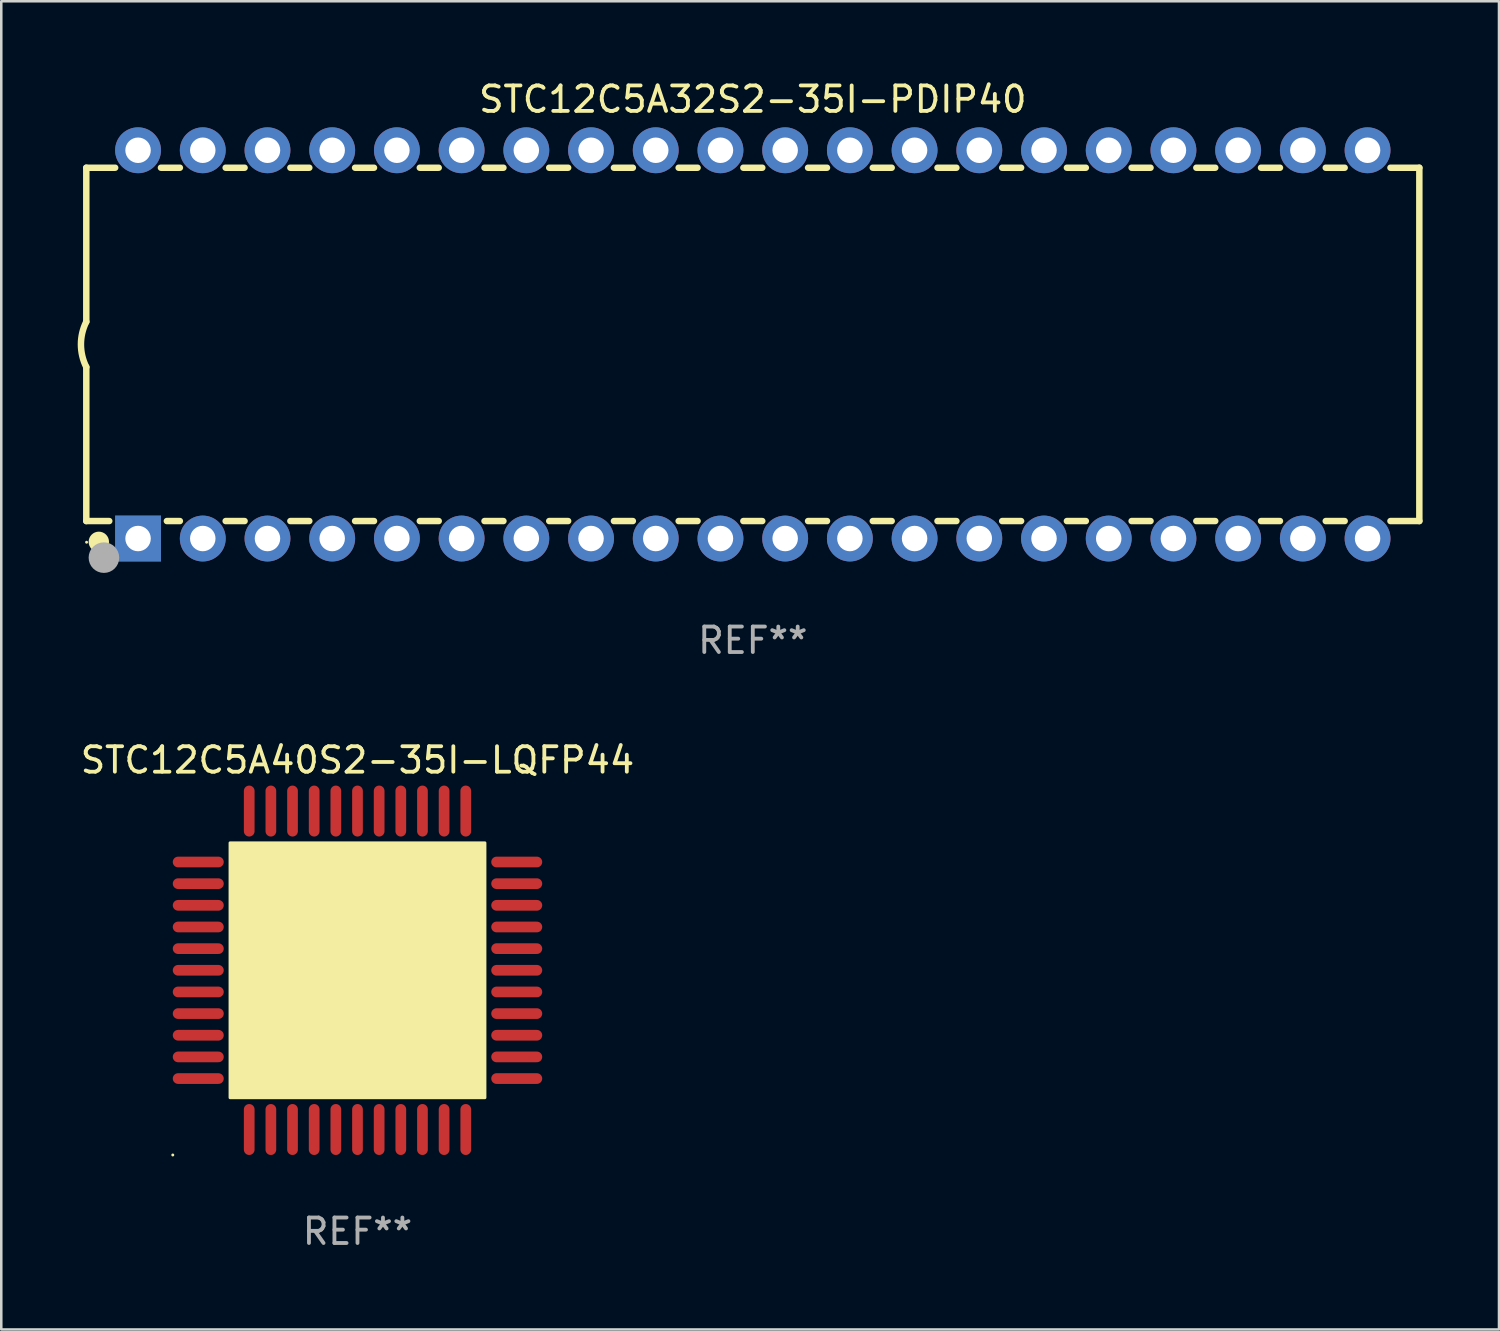
<source format=kicad_pcb>
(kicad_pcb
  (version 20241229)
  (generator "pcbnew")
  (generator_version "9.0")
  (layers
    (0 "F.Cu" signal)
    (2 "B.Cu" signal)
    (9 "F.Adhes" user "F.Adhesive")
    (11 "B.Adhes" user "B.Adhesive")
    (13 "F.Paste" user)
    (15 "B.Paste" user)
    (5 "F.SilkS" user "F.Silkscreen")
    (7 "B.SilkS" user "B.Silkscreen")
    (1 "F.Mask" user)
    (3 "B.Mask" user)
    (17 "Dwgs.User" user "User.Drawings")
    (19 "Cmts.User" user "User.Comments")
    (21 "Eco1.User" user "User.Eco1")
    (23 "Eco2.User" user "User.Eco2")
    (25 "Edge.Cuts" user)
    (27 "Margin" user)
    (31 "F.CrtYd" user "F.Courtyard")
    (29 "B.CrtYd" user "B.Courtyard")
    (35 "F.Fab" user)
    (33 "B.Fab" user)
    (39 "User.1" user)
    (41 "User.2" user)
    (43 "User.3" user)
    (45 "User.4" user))
  (footprint "STC12C5A40S2-35I-LQFP44"
    (layer "F.Cu")
    (at 10.982 35.035)
    (property "Reference" "STC12C5A40S2-35I-LQFP44" (at 0 -8.25 0) (layer "F.SilkS") (effects (font (size 1 1) (thickness 0.15))))
    (attr through_hole)
    (fp_arc (start -3.449327 3.149606) (mid -3.446787 3.149595) (end -3.444247 3.149606) (stroke (width 0.6) (type solid)) (layer "F.SilkS"))
    (fp_circle (center -7.25 7.25) (end -7.22 7.25) (stroke (width 0.06) (type solid)) (fill no) (layer "F.SilkS"))
    (fp_poly (pts (xy -5 -5) (xy 5 -5) (xy 5 5) (xy -5 5)) (stroke (width 0.12) (type solid)) (fill yes) (layer "F.SilkS"))
    (fp_text user "REF**" (at 0 10.25 0) (layer "F.Fab") (effects (font (size 1 1) (thickness 0.15))))
    (pad "1" smd oval (at -4.25 6.25) (size 0.42 2) (layers "F.Cu" "F.Mask" "F.Paste"))
    (pad "2" smd oval (at -3.4 6.25) (size 0.42 2) (layers "F.Cu" "F.Mask" "F.Paste"))
    (pad "3" smd oval (at -2.55 6.25) (size 0.42 2) (layers "F.Cu" "F.Mask" "F.Paste"))
    (pad "4" smd oval (at -1.7 6.25) (size 0.42 2) (layers "F.Cu" "F.Mask" "F.Paste"))
    (pad "5" smd oval (at -0.85 6.25) (size 0.42 2) (layers "F.Cu" "F.Mask" "F.Paste"))
    (pad "6" smd oval (at 0 6.25) (size 0.42 2) (layers "F.Cu" "F.Mask" "F.Paste"))
    (pad "7" smd oval (at 0.85 6.25) (size 0.42 2) (layers "F.Cu" "F.Mask" "F.Paste"))
    (pad "8" smd oval (at 1.7 6.25) (size 0.42 2) (layers "F.Cu" "F.Mask" "F.Paste"))
    (pad "9" smd oval (at 2.55 6.25) (size 0.42 2) (layers "F.Cu" "F.Mask" "F.Paste"))
    (pad "10" smd oval (at 3.4 6.25) (size 0.42 2) (layers "F.Cu" "F.Mask" "F.Paste"))
    (pad "11" smd oval (at 4.25 6.25) (size 0.42 2) (layers "F.Cu" "F.Mask" "F.Paste"))
    (pad "12" smd oval (at 6.25 4.25 270) (size 0.42 2) (layers "F.Cu" "F.Mask" "F.Paste"))
    (pad "13" smd oval (at 6.25 3.4 270) (size 0.42 2) (layers "F.Cu" "F.Mask" "F.Paste"))
    (pad "14" smd oval (at 6.25 2.55 270) (size 0.42 2) (layers "F.Cu" "F.Mask" "F.Paste"))
    (pad "15" smd oval (at 6.25 1.7 270) (size 0.42 2) (layers "F.Cu" "F.Mask" "F.Paste"))
    (pad "16" smd oval (at 6.25 0.85 270) (size 0.42 2) (layers "F.Cu" "F.Mask" "F.Paste"))
    (pad "17" smd oval (at 6.25 0 270) (size 0.42 2) (layers "F.Cu" "F.Mask" "F.Paste"))
    (pad "18" smd oval (at 6.25 -0.85 270) (size 0.42 2) (layers "F.Cu" "F.Mask" "F.Paste"))
    (pad "19" smd oval (at 6.25 -1.7 270) (size 0.42 2) (layers "F.Cu" "F.Mask" "F.Paste"))
    (pad "20" smd oval (at 6.25 -2.55 270) (size 0.42 2) (layers "F.Cu" "F.Mask" "F.Paste"))
    (pad "21" smd oval (at 6.25 -3.4 270) (size 0.42 2) (layers "F.Cu" "F.Mask" "F.Paste"))
    (pad "22" smd oval (at 6.25 -4.25 270) (size 0.42 2) (layers "F.Cu" "F.Mask" "F.Paste"))
    (pad "23" smd oval (at 4.25 -6.25) (size 0.42 2) (layers "F.Cu" "F.Mask" "F.Paste"))
    (pad "24" smd oval (at 3.4 -6.25) (size 0.42 2) (layers "F.Cu" "F.Mask" "F.Paste"))
    (pad "25" smd oval (at 2.55 -6.25) (size 0.42 2) (layers "F.Cu" "F.Mask" "F.Paste"))
    (pad "26" smd oval (at 1.7 -6.25) (size 0.42 2) (layers "F.Cu" "F.Mask" "F.Paste"))
    (pad "27" smd oval (at 0.85 -6.25) (size 0.42 2) (layers "F.Cu" "F.Mask" "F.Paste"))
    (pad "28" smd oval (at 0 -6.25) (size 0.42 2) (layers "F.Cu" "F.Mask" "F.Paste"))
    (pad "29" smd oval (at -0.85 -6.25) (size 0.42 2) (layers "F.Cu" "F.Mask" "F.Paste"))
    (pad "30" smd oval (at -1.7 -6.25) (size 0.42 2) (layers "F.Cu" "F.Mask" "F.Paste"))
    (pad "31" smd oval (at -2.55 -6.25) (size 0.42 2) (layers "F.Cu" "F.Mask" "F.Paste"))
    (pad "32" smd oval (at -3.4 -6.25) (size 0.42 2) (layers "F.Cu" "F.Mask" "F.Paste"))
    (pad "33" smd oval (at -4.25 -6.25) (size 0.42 2) (layers "F.Cu" "F.Mask" "F.Paste"))
    (pad "34" smd oval (at -6.25 -4.25 270) (size 0.42 2) (layers "F.Cu" "F.Mask" "F.Paste"))
    (pad "35" smd oval (at -6.25 -3.4 270) (size 0.42 2) (layers "F.Cu" "F.Mask" "F.Paste"))
    (pad "36" smd oval (at -6.25 -2.55 270) (size 0.42 2) (layers "F.Cu" "F.Mask" "F.Paste"))
    (pad "37" smd oval (at -6.25 -1.7 270) (size 0.42 2) (layers "F.Cu" "F.Mask" "F.Paste"))
    (pad "38" smd oval (at -6.25 -0.85 270) (size 0.42 2) (layers "F.Cu" "F.Mask" "F.Paste"))
    (pad "39" smd oval (at -6.25 0 270) (size 0.42 2) (layers "F.Cu" "F.Mask" "F.Paste"))
    (pad "40" smd oval (at -6.25 0.85 270) (size 0.42 2) (layers "F.Cu" "F.Mask" "F.Paste"))
    (pad "41" smd oval (at -6.25 1.7 270) (size 0.42 2) (layers "F.Cu" "F.Mask" "F.Paste"))
    (pad "42" smd oval (at -6.25 2.55 270) (size 0.42 2) (layers "F.Cu" "F.Mask" "F.Paste"))
    (pad "43" smd oval (at -6.25 3.4 270) (size 0.42 2) (layers "F.Cu" "F.Mask" "F.Paste"))
    (pad "44" smd oval (at -6.25 4.25 270) (size 0.42 2) (layers "F.Cu" "F.Mask" "F.Paste")))
  (footprint "STC12C5A32S2-35I-PDIP40"
    (layer "F.Cu")
    (at 26.499 10.468)
    (property "Reference" "STC12C5A32S2-35I-PDIP40" (at 0 -9.62 0) (layer "F.SilkS") (effects (font (size 1 1) (thickness 0.15))))
    (attr through_hole)
    (fp_line (start -26.162 -6.934) (end -26.162 -0.889) (stroke (width 0.254) (type solid)) (layer "F.SilkS"))
    (fp_line (start -26.162 -6.934) (end -25.029 -6.934) (stroke (width 0.254) (type solid)) (layer "F.SilkS"))
    (fp_line (start -26.162 6.934) (end -26.162 0.889) (stroke (width 0.254) (type solid)) (layer "F.SilkS"))
    (fp_line (start -26.162 6.934) (end -25.261 6.934) (stroke (width 0.254) (type solid)) (layer "F.SilkS"))
    (fp_line (start -23.231 -6.934) (end -22.489 -6.934) (stroke (width 0.254) (type solid)) (layer "F.SilkS"))
    (fp_line (start -22.999 6.934) (end -22.489 6.934) (stroke (width 0.254) (type solid)) (layer "F.SilkS"))
    (fp_line (start -20.691 -6.934) (end -19.949 -6.934) (stroke (width 0.254) (type solid)) (layer "F.SilkS"))
    (fp_line (start -20.691 6.934) (end -19.949 6.934) (stroke (width 0.254) (type solid)) (layer "F.SilkS"))
    (fp_line (start -18.151 -6.934) (end -17.409 -6.934) (stroke (width 0.254) (type solid)) (layer "F.SilkS"))
    (fp_line (start -18.151 6.934) (end -17.409 6.934) (stroke (width 0.254) (type solid)) (layer "F.SilkS"))
    (fp_line (start -15.611 -6.934) (end -14.869 -6.934) (stroke (width 0.254) (type solid)) (layer "F.SilkS"))
    (fp_line (start -15.611 6.934) (end -14.869 6.934) (stroke (width 0.254) (type solid)) (layer "F.SilkS"))
    (fp_line (start -13.071 -6.934) (end -12.329 -6.934) (stroke (width 0.254) (type solid)) (layer "F.SilkS"))
    (fp_line (start -13.071 6.934) (end -12.329 6.934) (stroke (width 0.254) (type solid)) (layer "F.SilkS"))
    (fp_line (start -10.531 -6.934) (end -9.789 -6.934) (stroke (width 0.254) (type solid)) (layer "F.SilkS"))
    (fp_line (start -10.531 6.934) (end -9.789 6.934) (stroke (width 0.254) (type solid)) (layer "F.SilkS"))
    (fp_line (start -7.991 -6.934) (end -7.249 -6.934) (stroke (width 0.254) (type solid)) (layer "F.SilkS"))
    (fp_line (start -7.991 6.934) (end -7.249 6.934) (stroke (width 0.254) (type solid)) (layer "F.SilkS"))
    (fp_line (start -5.451 -6.934) (end -4.709 -6.934) (stroke (width 0.254) (type solid)) (layer "F.SilkS"))
    (fp_line (start -5.451 6.934) (end -4.709 6.934) (stroke (width 0.254) (type solid)) (layer "F.SilkS"))
    (fp_line (start -2.911 -6.934) (end -2.169 -6.934) (stroke (width 0.254) (type solid)) (layer "F.SilkS"))
    (fp_line (start -2.911 6.934) (end -2.169 6.934) (stroke (width 0.254) (type solid)) (layer "F.SilkS"))
    (fp_line (start -0.371 -6.934) (end 0.371 -6.934) (stroke (width 0.254) (type solid)) (layer "F.SilkS"))
    (fp_line (start -0.371 6.934) (end 0.371 6.934) (stroke (width 0.254) (type solid)) (layer "F.SilkS"))
    (fp_line (start 2.169 -6.934) (end 2.911 -6.934) (stroke (width 0.254) (type solid)) (layer "F.SilkS"))
    (fp_line (start 2.169 6.934) (end 2.911 6.934) (stroke (width 0.254) (type solid)) (layer "F.SilkS"))
    (fp_line (start 4.709 -6.934) (end 5.451 -6.934) (stroke (width 0.254) (type solid)) (layer "F.SilkS"))
    (fp_line (start 4.709 6.934) (end 5.451 6.934) (stroke (width 0.254) (type solid)) (layer "F.SilkS"))
    (fp_line (start 7.249 -6.934) (end 7.991 -6.934) (stroke (width 0.254) (type solid)) (layer "F.SilkS"))
    (fp_line (start 7.249 6.934) (end 7.991 6.934) (stroke (width 0.254) (type solid)) (layer "F.SilkS"))
    (fp_line (start 9.789 -6.934) (end 10.531 -6.934) (stroke (width 0.254) (type solid)) (layer "F.SilkS"))
    (fp_line (start 9.789 6.934) (end 10.531 6.934) (stroke (width 0.254) (type solid)) (layer "F.SilkS"))
    (fp_line (start 12.329 -6.934) (end 13.071 -6.934) (stroke (width 0.254) (type solid)) (layer "F.SilkS"))
    (fp_line (start 12.329 6.934) (end 13.071 6.934) (stroke (width 0.254) (type solid)) (layer "F.SilkS"))
    (fp_line (start 14.869 -6.934) (end 15.611 -6.934) (stroke (width 0.254) (type solid)) (layer "F.SilkS"))
    (fp_line (start 14.869 6.934) (end 15.611 6.934) (stroke (width 0.254) (type solid)) (layer "F.SilkS"))
    (fp_line (start 17.409 -6.934) (end 18.151 -6.934) (stroke (width 0.254) (type solid)) (layer "F.SilkS"))
    (fp_line (start 17.409 6.934) (end 18.151 6.934) (stroke (width 0.254) (type solid)) (layer "F.SilkS"))
    (fp_line (start 19.949 -6.934) (end 20.691 -6.934) (stroke (width 0.254) (type solid)) (layer "F.SilkS"))
    (fp_line (start 19.949 6.934) (end 20.691 6.934) (stroke (width 0.254) (type solid)) (layer "F.SilkS"))
    (fp_line (start 22.489 -6.934) (end 23.231 -6.934) (stroke (width 0.254) (type solid)) (layer "F.SilkS"))
    (fp_line (start 22.489 6.934) (end 23.231 6.934) (stroke (width 0.254) (type solid)) (layer "F.SilkS"))
    (fp_line (start 25.029 -6.934) (end 26.162 -6.934) (stroke (width 0.254) (type solid)) (layer "F.SilkS"))
    (fp_line (start 25.029 6.934) (end 26.162 6.934) (stroke (width 0.254) (type solid)) (layer "F.SilkS"))
    (fp_line (start 26.162 -6.934) (end 26.162 6.934) (stroke (width 0.254) (type solid)) (layer "F.SilkS"))
    (fp_arc (start -26.162052 0.889001) (mid -26.371917 0) (end -26.162052 -0.889002) (stroke (width 0.254001) (type solid)) (layer "F.SilkS"))
    (fp_circle (center -26.15 7.765) (end -26.12 7.765) (stroke (width 0.06) (type solid)) (fill no) (layer "F.SilkS"))
    (fp_circle (center -25.67 7.75) (end -25.47 7.75) (stroke (width 0.4) (type solid)) (fill no) (layer "F.SilkS"))
    (fp_circle (center -25.47 8.37) (end -25.17 8.37) (stroke (width 0.6) (type solid)) (fill no) (layer "F.Fab"))
    (fp_text user "REF**" (at 0 11.62 0) (layer "F.Fab") (effects (font (size 1 1) (thickness 0.15))))
    (pad "1" thru_hole rect (at -24.13 7.62) (size 1.8 1.8) (drill 1) (layers "*.Cu" "*.Mask"))
    (pad "2" thru_hole circle (at -21.59 7.62) (size 1.8 1.8) (drill 1) (layers "*.Cu" "*.Mask"))
    (pad "3" thru_hole circle (at -19.05 7.62) (size 1.8 1.8) (drill 1) (layers "*.Cu" "*.Mask"))
    (pad "4" thru_hole circle (at -16.51 7.62) (size 1.8 1.8) (drill 1) (layers "*.Cu" "*.Mask"))
    (pad "5" thru_hole circle (at -13.97 7.62) (size 1.8 1.8) (drill 1) (layers "*.Cu" "*.Mask"))
    (pad "6" thru_hole circle (at -11.43 7.62) (size 1.8 1.8) (drill 1) (layers "*.Cu" "*.Mask"))
    (pad "7" thru_hole circle (at -8.89 7.62) (size 1.8 1.8) (drill 1) (layers "*.Cu" "*.Mask"))
    (pad "8" thru_hole circle (at -6.35 7.62) (size 1.8 1.8) (drill 1) (layers "*.Cu" "*.Mask"))
    (pad "9" thru_hole circle (at -3.81 7.62) (size 1.8 1.8) (drill 1) (layers "*.Cu" "*.Mask"))
    (pad "10" thru_hole circle (at -1.27 7.62) (size 1.8 1.8) (drill 1) (layers "*.Cu" "*.Mask"))
    (pad "11" thru_hole circle (at 1.27 7.62) (size 1.8 1.8) (drill 1) (layers "*.Cu" "*.Mask"))
    (pad "12" thru_hole circle (at 3.81 7.62) (size 1.8 1.8) (drill 1) (layers "*.Cu" "*.Mask"))
    (pad "13" thru_hole circle (at 6.35 7.62) (size 1.8 1.8) (drill 1) (layers "*.Cu" "*.Mask"))
    (pad "14" thru_hole circle (at 8.89 7.62) (size 1.8 1.8) (drill 1) (layers "*.Cu" "*.Mask"))
    (pad "15" thru_hole circle (at 11.43 7.62) (size 1.8 1.8) (drill 1) (layers "*.Cu" "*.Mask"))
    (pad "16" thru_hole circle (at 13.97 7.62) (size 1.8 1.8) (drill 1) (layers "*.Cu" "*.Mask"))
    (pad "17" thru_hole circle (at 16.51 7.62) (size 1.8 1.8) (drill 1) (layers "*.Cu" "*.Mask"))
    (pad "18" thru_hole circle (at 19.05 7.62) (size 1.8 1.8) (drill 1) (layers "*.Cu" "*.Mask"))
    (pad "19" thru_hole circle (at 21.59 7.62) (size 1.8 1.8) (drill 1) (layers "*.Cu" "*.Mask"))
    (pad "20" thru_hole circle (at 24.13 7.62) (size 1.8 1.8) (drill 1) (layers "*.Cu" "*.Mask"))
    (pad "21" thru_hole circle (at 24.13 -7.62) (size 1.8 1.8) (drill 1) (layers "*.Cu" "*.Mask"))
    (pad "22" thru_hole circle (at 21.59 -7.62) (size 1.8 1.8) (drill 1) (layers "*.Cu" "*.Mask"))
    (pad "23" thru_hole circle (at 19.05 -7.62) (size 1.8 1.8) (drill 1) (layers "*.Cu" "*.Mask"))
    (pad "24" thru_hole circle (at 16.51 -7.62) (size 1.8 1.8) (drill 1) (layers "*.Cu" "*.Mask"))
    (pad "25" thru_hole circle (at 13.97 -7.62) (size 1.8 1.8) (drill 1) (layers "*.Cu" "*.Mask"))
    (pad "26" thru_hole circle (at 11.43 -7.62) (size 1.8 1.8) (drill 1) (layers "*.Cu" "*.Mask"))
    (pad "27" thru_hole circle (at 8.89 -7.62) (size 1.8 1.8) (drill 1) (layers "*.Cu" "*.Mask"))
    (pad "28" thru_hole circle (at 6.35 -7.62) (size 1.8 1.8) (drill 1) (layers "*.Cu" "*.Mask"))
    (pad "29" thru_hole circle (at 3.81 -7.62) (size 1.8 1.8) (drill 1) (layers "*.Cu" "*.Mask"))
    (pad "30" thru_hole circle (at 1.27 -7.62) (size 1.8 1.8) (drill 1) (layers "*.Cu" "*.Mask"))
    (pad "31" thru_hole circle (at -1.27 -7.62) (size 1.8 1.8) (drill 1) (layers "*.Cu" "*.Mask"))
    (pad "32" thru_hole circle (at -3.81 -7.62) (size 1.8 1.8) (drill 1) (layers "*.Cu" "*.Mask"))
    (pad "33" thru_hole circle (at -6.35 -7.62) (size 1.8 1.8) (drill 1) (layers "*.Cu" "*.Mask"))
    (pad "34" thru_hole circle (at -8.89 -7.62) (size 1.8 1.8) (drill 1) (layers "*.Cu" "*.Mask"))
    (pad "35" thru_hole circle (at -11.43 -7.62) (size 1.8 1.8) (drill 1) (layers "*.Cu" "*.Mask"))
    (pad "36" thru_hole circle (at -13.97 -7.62) (size 1.8 1.8) (drill 1) (layers "*.Cu" "*.Mask"))
    (pad "37" thru_hole circle (at -16.51 -7.62) (size 1.8 1.8) (drill 1) (layers "*.Cu" "*.Mask"))
    (pad "38" thru_hole circle (at -19.05 -7.62) (size 1.8 1.8) (drill 1) (layers "*.Cu" "*.Mask"))
    (pad "39" thru_hole circle (at -21.59 -7.62) (size 1.8 1.8) (drill 1) (layers "*.Cu" "*.Mask"))
    (pad "40" thru_hole circle (at -24.13 -7.62) (size 1.8 1.8) (drill 1) (layers "*.Cu" "*.Mask")))
  (gr_rect
    (start -3 -3)
    (end 55.788 49.133)
    (stroke (width 0.1) (type default))
    (fill no)
    (layer "Edge.Cuts")))
</source>
